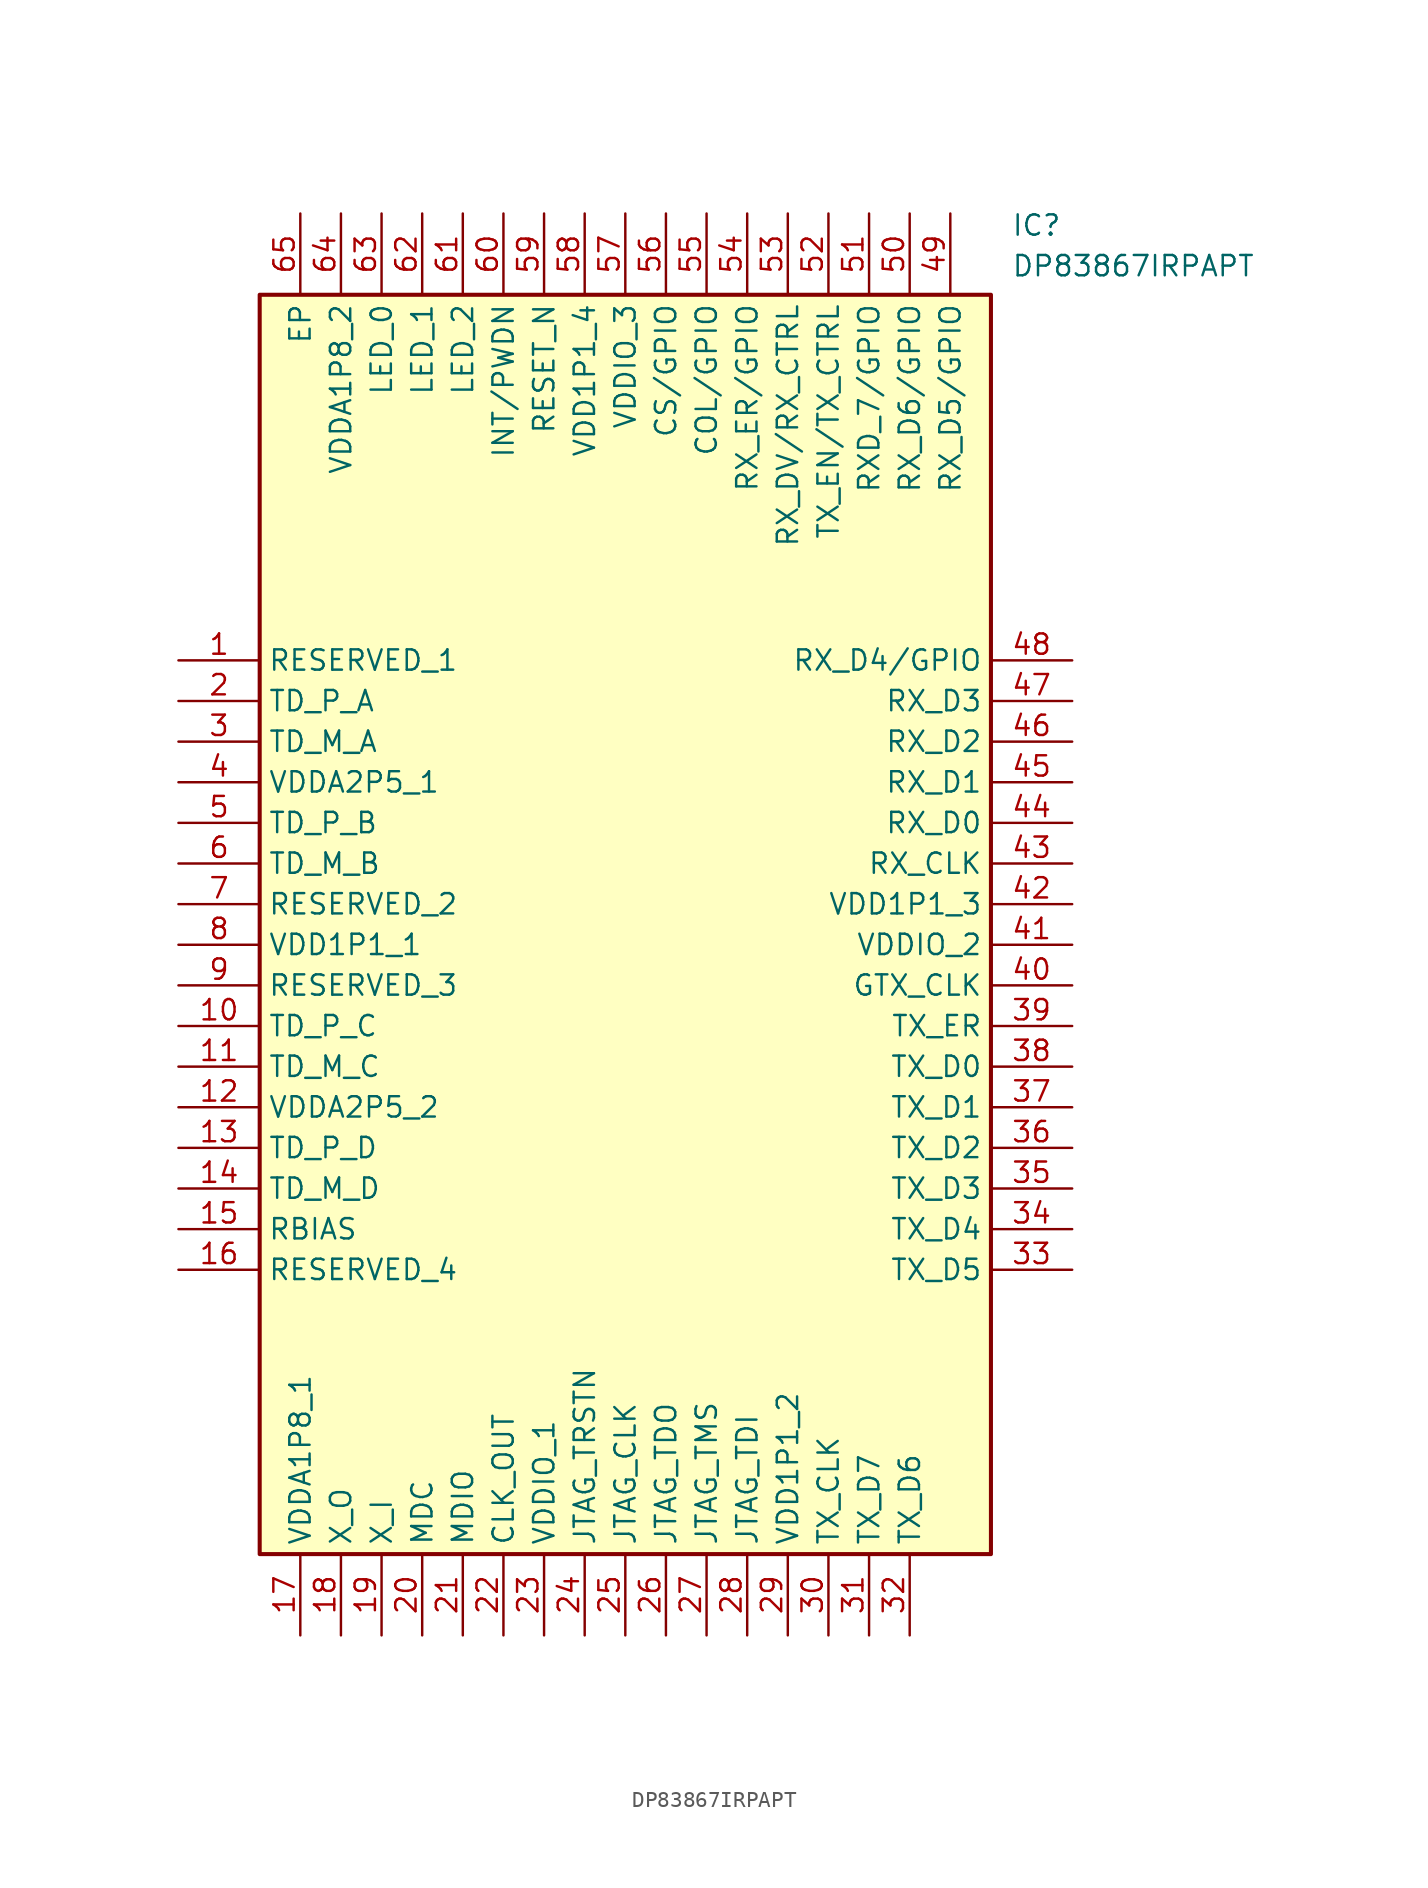
<source format=kicad_sym>
(kicad_symbol_lib
  (version 20211014)
  (generator SamacSys_ECAD_Model)
  (symbol "DP83867IRPAPT"
    (property "Reference" "IC"
      (at 52.07 27.94 0)
      (effects (font (size 1.27 1.27)) (justify left top)))
    (property "Value" "DP83867IRPAPT"
      (at 52.07 25.4 0)
      (effects (font (size 1.27 1.27)) (justify left top)))
    (rectangle
      (start 5.08 22.86)
      (end 50.8 -55.88)
      (stroke (width 0.254) (type default))
      (fill (type background)))
    (pin passive line
      (at 0 0 0)
      (length 5.08)
      (name "RESERVED_1" (effects (font (size 1.27 1.27))))
      (number "1" (effects (font (size 1.27 1.27)))))
    (pin passive line
      (at 0 -2.54 0)
      (length 5.08)
      (name "TD_P_A" (effects (font (size 1.27 1.27))))
      (number "2" (effects (font (size 1.27 1.27)))))
    (pin passive line
      (at 0 -5.08 0)
      (length 5.08)
      (name "TD_M_A" (effects (font (size 1.27 1.27))))
      (number "3" (effects (font (size 1.27 1.27)))))
    (pin passive line
      (at 0 -7.62 0)
      (length 5.08)
      (name "VDDA2P5_1" (effects (font (size 1.27 1.27))))
      (number "4" (effects (font (size 1.27 1.27)))))
    (pin passive line
      (at 0 -10.16 0)
      (length 5.08)
      (name "TD_P_B" (effects (font (size 1.27 1.27))))
      (number "5" (effects (font (size 1.27 1.27)))))
    (pin passive line
      (at 0 -12.7 0)
      (length 5.08)
      (name "TD_M_B" (effects (font (size 1.27 1.27))))
      (number "6" (effects (font (size 1.27 1.27)))))
    (pin passive line
      (at 0 -15.24 0)
      (length 5.08)
      (name "RESERVED_2" (effects (font (size 1.27 1.27))))
      (number "7" (effects (font (size 1.27 1.27)))))
    (pin passive line
      (at 0 -17.78 0)
      (length 5.08)
      (name "VDD1P1_1" (effects (font (size 1.27 1.27))))
      (number "8" (effects (font (size 1.27 1.27)))))
    (pin passive line
      (at 0 -20.32 0)
      (length 5.08)
      (name "RESERVED_3" (effects (font (size 1.27 1.27))))
      (number "9" (effects (font (size 1.27 1.27)))))
    (pin passive line
      (at 0 -22.86 0)
      (length 5.08)
      (name "TD_P_C" (effects (font (size 1.27 1.27))))
      (number "10" (effects (font (size 1.27 1.27)))))
    (pin passive line
      (at 0 -25.4 0)
      (length 5.08)
      (name "TD_M_C" (effects (font (size 1.27 1.27))))
      (number "11" (effects (font (size 1.27 1.27)))))
    (pin passive line
      (at 0 -27.94 0)
      (length 5.08)
      (name "VDDA2P5_2" (effects (font (size 1.27 1.27))))
      (number "12" (effects (font (size 1.27 1.27)))))
    (pin passive line
      (at 0 -30.48 0)
      (length 5.08)
      (name "TD_P_D" (effects (font (size 1.27 1.27))))
      (number "13" (effects (font (size 1.27 1.27)))))
    (pin passive line
      (at 0 -33.02 0)
      (length 5.08)
      (name "TD_M_D" (effects (font (size 1.27 1.27))))
      (number "14" (effects (font (size 1.27 1.27)))))
    (pin passive line
      (at 0 -35.56 0)
      (length 5.08)
      (name "RBIAS" (effects (font (size 1.27 1.27))))
      (number "15" (effects (font (size 1.27 1.27)))))
    (pin passive line
      (at 0 -38.1 0)
      (length 5.08)
      (name "RESERVED_4" (effects (font (size 1.27 1.27))))
      (number "16" (effects (font (size 1.27 1.27)))))
    (pin passive line
      (at 7.62 -60.96 90)
      (length 5.08)
      (name "VDDA1P8_1" (effects (font (size 1.27 1.27))))
      (number "17" (effects (font (size 1.27 1.27)))))
    (pin passive line
      (at 10.16 -60.96 90)
      (length 5.08)
      (name "X_O" (effects (font (size 1.27 1.27))))
      (number "18" (effects (font (size 1.27 1.27)))))
    (pin passive line
      (at 12.7 -60.96 90)
      (length 5.08)
      (name "X_I" (effects (font (size 1.27 1.27))))
      (number "19" (effects (font (size 1.27 1.27)))))
    (pin passive line
      (at 15.24 -60.96 90)
      (length 5.08)
      (name "MDC" (effects (font (size 1.27 1.27))))
      (number "20" (effects (font (size 1.27 1.27)))))
    (pin passive line
      (at 17.78 -60.96 90)
      (length 5.08)
      (name "MDIO" (effects (font (size 1.27 1.27))))
      (number "21" (effects (font (size 1.27 1.27)))))
    (pin passive line
      (at 20.32 -60.96 90)
      (length 5.08)
      (name "CLK_OUT" (effects (font (size 1.27 1.27))))
      (number "22" (effects (font (size 1.27 1.27)))))
    (pin passive line
      (at 22.86 -60.96 90)
      (length 5.08)
      (name "VDDIO_1" (effects (font (size 1.27 1.27))))
      (number "23" (effects (font (size 1.27 1.27)))))
    (pin passive line
      (at 25.4 -60.96 90)
      (length 5.08)
      (name "JTAG_TRSTN" (effects (font (size 1.27 1.27))))
      (number "24" (effects (font (size 1.27 1.27)))))
    (pin passive line
      (at 27.94 -60.96 90)
      (length 5.08)
      (name "JTAG_CLK" (effects (font (size 1.27 1.27))))
      (number "25" (effects (font (size 1.27 1.27)))))
    (pin passive line
      (at 30.48 -60.96 90)
      (length 5.08)
      (name "JTAG_TDO" (effects (font (size 1.27 1.27))))
      (number "26" (effects (font (size 1.27 1.27)))))
    (pin passive line
      (at 33.02 -60.96 90)
      (length 5.08)
      (name "JTAG_TMS" (effects (font (size 1.27 1.27))))
      (number "27" (effects (font (size 1.27 1.27)))))
    (pin passive line
      (at 35.56 -60.96 90)
      (length 5.08)
      (name "JTAG_TDI" (effects (font (size 1.27 1.27))))
      (number "28" (effects (font (size 1.27 1.27)))))
    (pin passive line
      (at 38.1 -60.96 90)
      (length 5.08)
      (name "VDD1P1_2" (effects (font (size 1.27 1.27))))
      (number "29" (effects (font (size 1.27 1.27)))))
    (pin passive line
      (at 40.64 -60.96 90)
      (length 5.08)
      (name "TX_CLK" (effects (font (size 1.27 1.27))))
      (number "30" (effects (font (size 1.27 1.27)))))
    (pin passive line
      (at 43.18 -60.96 90)
      (length 5.08)
      (name "TX_D7" (effects (font (size 1.27 1.27))))
      (number "31" (effects (font (size 1.27 1.27)))))
    (pin passive line
      (at 45.72 -60.96 90)
      (length 5.08)
      (name "TX_D6" (effects (font (size 1.27 1.27))))
      (number "32" (effects (font (size 1.27 1.27)))))
    (pin passive line
      (at 55.88 0 180)
      (length 5.08)
      (name "RX_D4/GPIO" (effects (font (size 1.27 1.27))))
      (number "48" (effects (font (size 1.27 1.27)))))
    (pin passive line
      (at 55.88 -2.54 180)
      (length 5.08)
      (name "RX_D3" (effects (font (size 1.27 1.27))))
      (number "47" (effects (font (size 1.27 1.27)))))
    (pin passive line
      (at 55.88 -5.08 180)
      (length 5.08)
      (name "RX_D2" (effects (font (size 1.27 1.27))))
      (number "46" (effects (font (size 1.27 1.27)))))
    (pin passive line
      (at 55.88 -7.62 180)
      (length 5.08)
      (name "RX_D1" (effects (font (size 1.27 1.27))))
      (number "45" (effects (font (size 1.27 1.27)))))
    (pin passive line
      (at 55.88 -10.16 180)
      (length 5.08)
      (name "RX_D0" (effects (font (size 1.27 1.27))))
      (number "44" (effects (font (size 1.27 1.27)))))
    (pin passive line
      (at 55.88 -12.7 180)
      (length 5.08)
      (name "RX_CLK" (effects (font (size 1.27 1.27))))
      (number "43" (effects (font (size 1.27 1.27)))))
    (pin passive line
      (at 55.88 -15.24 180)
      (length 5.08)
      (name "VDD1P1_3" (effects (font (size 1.27 1.27))))
      (number "42" (effects (font (size 1.27 1.27)))))
    (pin passive line
      (at 55.88 -17.78 180)
      (length 5.08)
      (name "VDDIO_2" (effects (font (size 1.27 1.27))))
      (number "41" (effects (font (size 1.27 1.27)))))
    (pin passive line
      (at 55.88 -20.32 180)
      (length 5.08)
      (name "GTX_CLK" (effects (font (size 1.27 1.27))))
      (number "40" (effects (font (size 1.27 1.27)))))
    (pin passive line
      (at 55.88 -22.86 180)
      (length 5.08)
      (name "TX_ER" (effects (font (size 1.27 1.27))))
      (number "39" (effects (font (size 1.27 1.27)))))
    (pin passive line
      (at 55.88 -25.4 180)
      (length 5.08)
      (name "TX_D0" (effects (font (size 1.27 1.27))))
      (number "38" (effects (font (size 1.27 1.27)))))
    (pin passive line
      (at 55.88 -27.94 180)
      (length 5.08)
      (name "TX_D1" (effects (font (size 1.27 1.27))))
      (number "37" (effects (font (size 1.27 1.27)))))
    (pin passive line
      (at 55.88 -30.48 180)
      (length 5.08)
      (name "TX_D2" (effects (font (size 1.27 1.27))))
      (number "36" (effects (font (size 1.27 1.27)))))
    (pin passive line
      (at 55.88 -33.02 180)
      (length 5.08)
      (name "TX_D3" (effects (font (size 1.27 1.27))))
      (number "35" (effects (font (size 1.27 1.27)))))
    (pin passive line
      (at 55.88 -35.56 180)
      (length 5.08)
      (name "TX_D4" (effects (font (size 1.27 1.27))))
      (number "34" (effects (font (size 1.27 1.27)))))
    (pin passive line
      (at 55.88 -38.1 180)
      (length 5.08)
      (name "TX_D5" (effects (font (size 1.27 1.27))))
      (number "33" (effects (font (size 1.27 1.27)))))
    (pin passive line
      (at 7.62 27.94 270)
      (length 5.08)
      (name "EP" (effects (font (size 1.27 1.27))))
      (number "65" (effects (font (size 1.27 1.27)))))
    (pin passive line
      (at 10.16 27.94 270)
      (length 5.08)
      (name "VDDA1P8_2" (effects (font (size 1.27 1.27))))
      (number "64" (effects (font (size 1.27 1.27)))))
    (pin passive line
      (at 12.7 27.94 270)
      (length 5.08)
      (name "LED_0" (effects (font (size 1.27 1.27))))
      (number "63" (effects (font (size 1.27 1.27)))))
    (pin passive line
      (at 15.24 27.94 270)
      (length 5.08)
      (name "LED_1" (effects (font (size 1.27 1.27))))
      (number "62" (effects (font (size 1.27 1.27)))))
    (pin passive line
      (at 17.78 27.94 270)
      (length 5.08)
      (name "LED_2" (effects (font (size 1.27 1.27))))
      (number "61" (effects (font (size 1.27 1.27)))))
    (pin passive line
      (at 20.32 27.94 270)
      (length 5.08)
      (name "INT/PWDN" (effects (font (size 1.27 1.27))))
      (number "60" (effects (font (size 1.27 1.27)))))
    (pin passive line
      (at 22.86 27.94 270)
      (length 5.08)
      (name "RESET_N" (effects (font (size 1.27 1.27))))
      (number "59" (effects (font (size 1.27 1.27)))))
    (pin passive line
      (at 25.4 27.94 270)
      (length 5.08)
      (name "VDD1P1_4" (effects (font (size 1.27 1.27))))
      (number "58" (effects (font (size 1.27 1.27)))))
    (pin passive line
      (at 27.94 27.94 270)
      (length 5.08)
      (name "VDDIO_3" (effects (font (size 1.27 1.27))))
      (number "57" (effects (font (size 1.27 1.27)))))
    (pin passive line
      (at 30.48 27.94 270)
      (length 5.08)
      (name "CS/GPIO" (effects (font (size 1.27 1.27))))
      (number "56" (effects (font (size 1.27 1.27)))))
    (pin passive line
      (at 33.02 27.94 270)
      (length 5.08)
      (name "COL/GPIO" (effects (font (size 1.27 1.27))))
      (number "55" (effects (font (size 1.27 1.27)))))
    (pin passive line
      (at 35.56 27.94 270)
      (length 5.08)
      (name "RX_ER/GPIO" (effects (font (size 1.27 1.27))))
      (number "54" (effects (font (size 1.27 1.27)))))
    (pin passive line
      (at 38.1 27.94 270)
      (length 5.08)
      (name "RX_DV/RX_CTRL" (effects (font (size 1.27 1.27))))
      (number "53" (effects (font (size 1.27 1.27)))))
    (pin passive line
      (at 40.64 27.94 270)
      (length 5.08)
      (name "TX_EN/TX_CTRL" (effects (font (size 1.27 1.27))))
      (number "52" (effects (font (size 1.27 1.27)))))
    (pin passive line
      (at 43.18 27.94 270)
      (length 5.08)
      (name "RXD_7/GPIO" (effects (font (size 1.27 1.27))))
      (number "51" (effects (font (size 1.27 1.27)))))
    (pin passive line
      (at 45.72 27.94 270)
      (length 5.08)
      (name "RX_D6/GPIO" (effects (font (size 1.27 1.27))))
      (number "50" (effects (font (size 1.27 1.27)))))
    (pin passive line
      (at 48.26 27.94 270)
      (length 5.08)
      (name "RX_D5/GPIO" (effects (font (size 1.27 1.27))))
      (number "49" (effects (font (size 1.27 1.27)))))))
</source>
